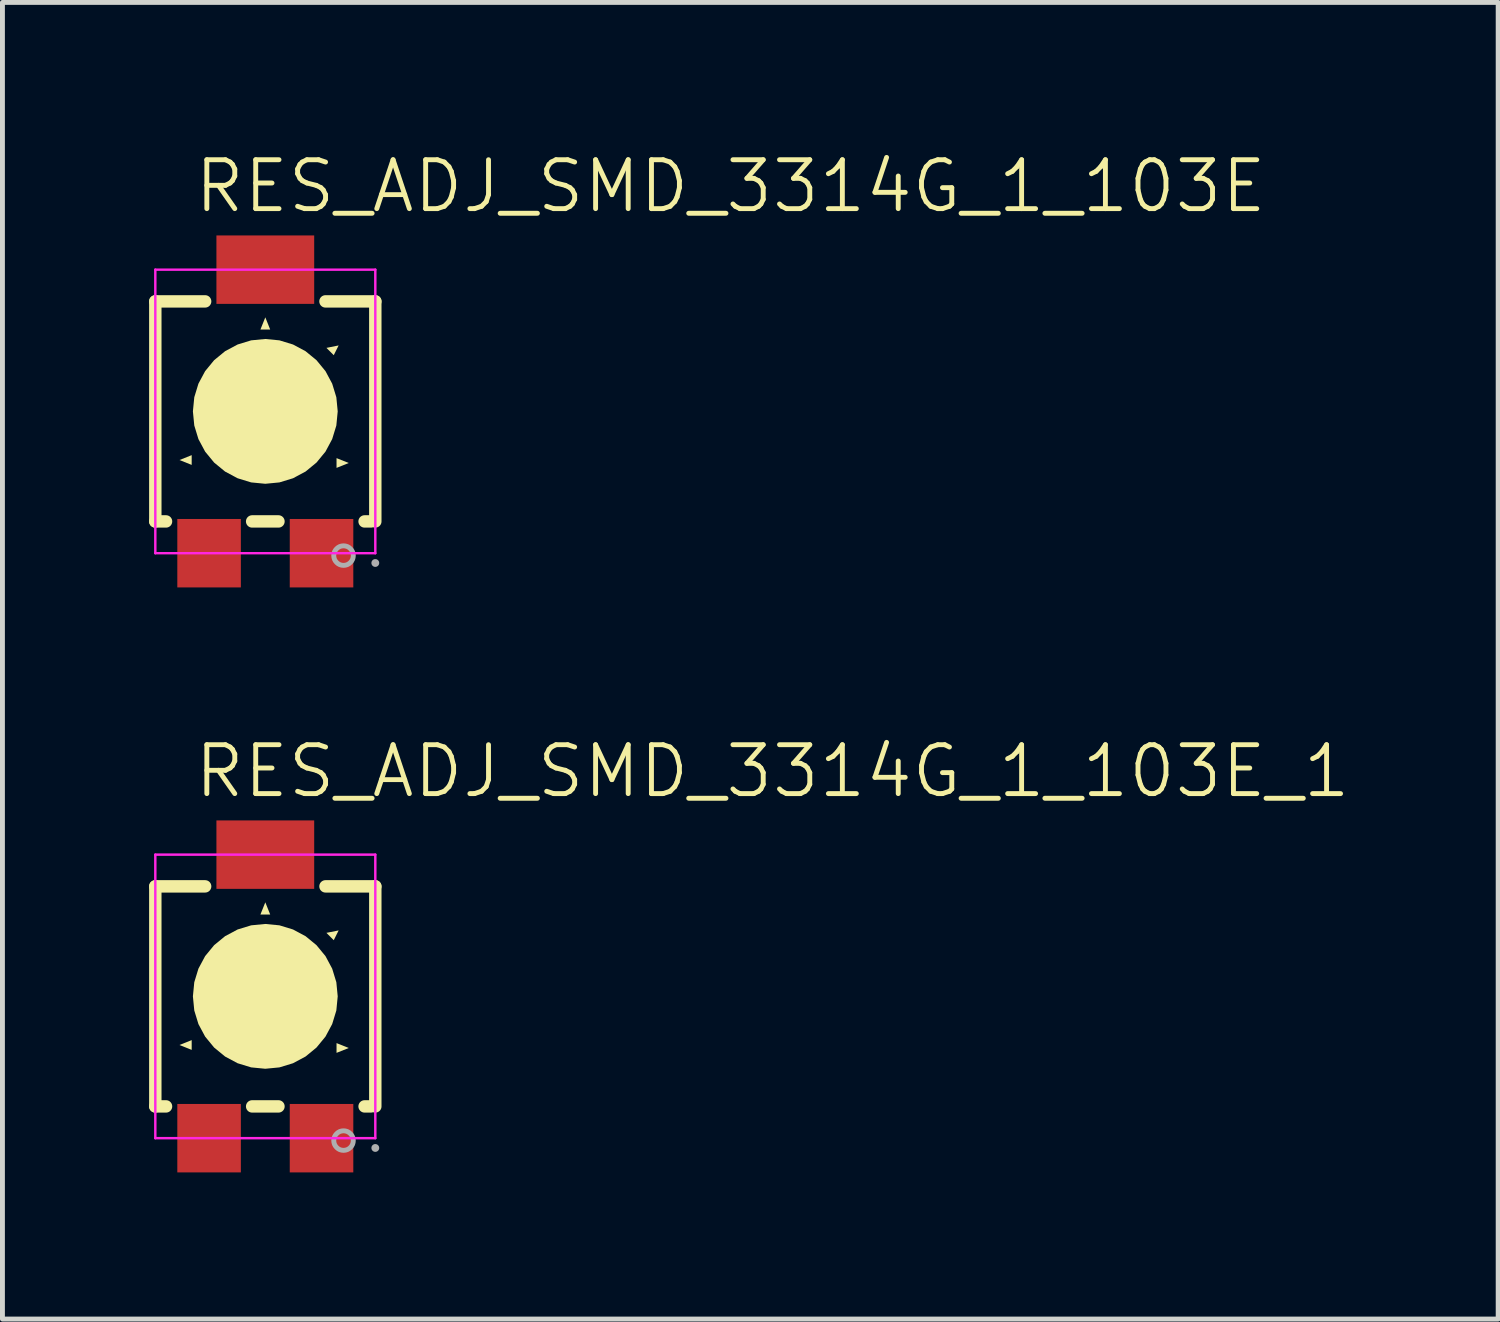
<source format=kicad_pcb>
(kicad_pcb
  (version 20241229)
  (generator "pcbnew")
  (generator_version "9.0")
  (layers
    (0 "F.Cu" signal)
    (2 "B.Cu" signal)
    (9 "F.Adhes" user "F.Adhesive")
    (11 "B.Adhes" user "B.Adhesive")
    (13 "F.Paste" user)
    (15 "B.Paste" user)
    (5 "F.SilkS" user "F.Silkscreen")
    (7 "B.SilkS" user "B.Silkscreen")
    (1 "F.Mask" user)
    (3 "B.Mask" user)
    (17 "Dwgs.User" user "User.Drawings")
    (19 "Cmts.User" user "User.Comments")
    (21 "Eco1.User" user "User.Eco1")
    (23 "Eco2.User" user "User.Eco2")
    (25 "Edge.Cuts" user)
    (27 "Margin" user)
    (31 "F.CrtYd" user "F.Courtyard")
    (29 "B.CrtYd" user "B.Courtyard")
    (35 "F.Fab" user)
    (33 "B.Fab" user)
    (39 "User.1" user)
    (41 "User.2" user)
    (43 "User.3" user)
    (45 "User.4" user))
  (footprint "RES_ADJ_SMD_3314G_1_103E"
    (layer "F.Cu")
    (at 2.377 5.366)
    (property "Reference" "RES_ADJ_SMD_3314G_1_103E" (at -1.5 -4.606 0) (layer "F.SilkS") (effects (font (size 1 1) (thickness 0.1)) (justify left)))
    (fp_line (start -2.25 -2.251) (end -2.25 2.25) (stroke (width 0.254) (type solid)) (layer "F.SilkS"))
    (fp_line (start -2.25 2.25) (end -2.031 2.25) (stroke (width 0.254) (type solid)) (layer "F.SilkS"))
    (fp_line (start -1.231 -2.251) (end -2.25 -2.251) (stroke (width 0.254) (type solid)) (layer "F.SilkS"))
    (fp_line (start -0.269 2.25) (end 0.269 2.25) (stroke (width 0.254) (type solid)) (layer "F.SilkS"))
    (fp_line (start -0.254 -1.016) (end -0.254 1.016) (stroke (width 0.254) (type solid)) (layer "F.SilkS"))
    (fp_line (start 0.254 -1.016) (end 0.254 1.016) (stroke (width 0.254) (type solid)) (layer "F.SilkS"))
    (fp_line (start 2.031 2.25) (end 2.159 2.25) (stroke (width 0.254) (type solid)) (layer "F.SilkS"))
    (fp_line (start 2.25 -2.251) (end 1.231 -2.251) (stroke (width 0.254) (type solid)) (layer "F.SilkS"))
    (fp_line (start 2.25 -2.251) (end 2.25 2.25) (stroke (width 0.254) (type solid)) (layer "F.SilkS"))
    (fp_poly (pts (xy -1.506 1.094) (xy -1.506 0.894) (xy -1.756 0.994)) (stroke (width 0) (type solid)) (fill yes) (layer "F.SilkS"))
    (fp_poly (pts (xy -0.1 -1.675) (xy 0.1 -1.675) (xy 0 -1.925)) (stroke (width 0) (type solid)) (fill yes) (layer "F.SilkS"))
    (fp_poly (pts (xy 1.25 -1.3) (xy 1.4 -1.15) (xy 1.5 -1.35)) (stroke (width 0) (type solid)) (fill yes) (layer "F.SilkS"))
    (fp_poly (pts (xy 1.457 0.955) (xy 1.457 1.155) (xy 1.707 1.055)) (stroke (width 0) (type solid)) (fill yes) (layer "F.SilkS"))
    (fp_poly (pts (xy -0.508 -0.509) (xy -0.51 -0.534) (xy -0.518 -0.558) (xy -0.529 -0.58) (xy -0.545 -0.599) (xy -0.564 -0.615) (xy -0.586 -0.626) (xy -0.61 -0.634) (xy -0.635 -0.636) (xy -0.66 -0.634) (xy -0.684 -0.626) (xy -0.706 -0.615) (xy -0.725 -0.599) (xy -0.741 -0.58) (xy -0.752 -0.558) (xy -0.76 -0.534) (xy -0.762 -0.509) (xy -0.76 -0.484) (xy -0.752 -0.46) (xy -0.741 -0.438) (xy -0.725 -0.419) (xy -0.706 -0.403) (xy -0.684 -0.392) (xy -0.66 -0.384) (xy -0.635 -0.382) (xy -0.61 -0.384) (xy -0.586 -0.392) (xy -0.564 -0.403) (xy -0.545 -0.419) (xy -0.529 -0.438) (xy -0.518 -0.46) (xy -0.51 -0.484)) (stroke (width 0) (type solid)) (fill yes) (layer "F.SilkS"))
    (fp_poly (pts (xy 0.762 -0.509) (xy 0.76 -0.534) (xy 0.752 -0.558) (xy 0.741 -0.58) (xy 0.725 -0.599) (xy 0.706 -0.615) (xy 0.684 -0.626) (xy 0.66 -0.634) (xy 0.635 -0.636) (xy 0.61 -0.634) (xy 0.586 -0.626) (xy 0.564 -0.615) (xy 0.545 -0.599) (xy 0.529 -0.58) (xy 0.518 -0.558) (xy 0.51 -0.534) (xy 0.508 -0.509) (xy 0.51 -0.484) (xy 0.518 -0.46) (xy 0.529 -0.438) (xy 0.545 -0.419) (xy 0.564 -0.403) (xy 0.586 -0.392) (xy 0.61 -0.384) (xy 0.635 -0.382) (xy 0.66 -0.384) (xy 0.684 -0.392) (xy 0.706 -0.403) (xy 0.725 -0.419) (xy 0.741 -0.438) (xy 0.752 -0.46) (xy 0.76 -0.484)) (stroke (width 0) (type solid)) (fill yes) (layer "F.SilkS"))
    (fp_poly (pts (xy 1.136 -0.001) (xy 1.114 -0.223) (xy 1.05 -0.436) (xy 0.945 -0.632) (xy 0.803 -0.804) (xy 0.631 -0.946) (xy 0.435 -1.051) (xy 0.222 -1.115) (xy 0 -1.137) (xy -0.222 -1.115) (xy -0.435 -1.051) (xy -0.631 -0.946) (xy -0.803 -0.804) (xy -0.945 -0.632) (xy -1.05 -0.436) (xy -1.114 -0.223) (xy -1.136 -0.001) (xy -1.114 0.221) (xy -1.05 0.434) (xy -0.945 0.63) (xy -0.803 0.802) (xy -0.631 0.944) (xy -0.435 1.049) (xy -0.222 1.113) (xy 0 1.135) (xy 0.222 1.113) (xy 0.435 1.049) (xy 0.631 0.944) (xy 0.803 0.802) (xy 0.945 0.63) (xy 1.05 0.434) (xy 1.114 0.221)) (stroke (width 0) (type solid)) (fill yes) (layer "F.SilkS"))
    (fp_poly (pts (xy 1.481 -0.001) (xy 1.453 -0.29) (xy 1.368 -0.568) (xy 1.231 -0.824) (xy 1.047 -1.048) (xy 0.823 -1.232) (xy 0.567 -1.369) (xy 0.289 -1.454) (xy 0 -1.482) (xy -0.289 -1.454) (xy -0.567 -1.369) (xy -0.823 -1.232) (xy -1.047 -1.048) (xy -1.231 -0.824) (xy -1.368 -0.568) (xy -1.453 -0.29) (xy -1.481 -0.001) (xy -1.453 0.288) (xy -1.368 0.566) (xy -1.231 0.822) (xy -1.047 1.046) (xy -0.823 1.23) (xy -0.567 1.367) (xy -0.289 1.452) (xy 0 1.48) (xy 0.289 1.452) (xy 0.567 1.367) (xy 0.823 1.23) (xy 1.047 1.046) (xy 1.231 0.822) (xy 1.368 0.566) (xy 1.453 0.288)) (stroke (width 0) (type solid)) (fill yes) (layer "F.SilkS"))
    (fp_line (start -2.25 -2.9) (end -2.25 2.9) (stroke (width 0.05) (type solid)) (layer "F.CrtYd"))
    (fp_line (start -2.25 2.9) (end 2.25 2.9) (stroke (width 0.05) (type solid)) (layer "F.CrtYd"))
    (fp_line (start 2.25 -2.9) (end -2.25 -2.9) (stroke (width 0.05) (type solid)) (layer "F.CrtYd"))
    (fp_line (start 2.25 2.9) (end 2.25 -2.9) (stroke (width 0.05) (type solid)) (layer "F.CrtYd"))
    (fp_poly (pts (xy 1.8 2.949) (xy 1.796 2.91) (xy 1.785 2.872) (xy 1.766 2.838) (xy 1.741 2.808) (xy 1.711 2.783) (xy 1.677 2.764) (xy 1.639 2.753) (xy 1.6 2.749) (xy 1.561 2.753) (xy 1.523 2.764) (xy 1.489 2.783) (xy 1.459 2.808) (xy 1.434 2.838) (xy 1.415 2.872) (xy 1.404 2.91) (xy 1.4 2.949) (xy 1.404 2.988) (xy 1.415 3.026) (xy 1.434 3.06) (xy 1.459 3.09) (xy 1.489 3.115) (xy 1.523 3.134) (xy 1.561 3.145) (xy 1.6 3.149) (xy 1.639 3.145) (xy 1.677 3.134) (xy 1.711 3.115) (xy 1.741 3.09) (xy 1.766 3.06) (xy 1.785 3.026) (xy 1.796 2.988)) (stroke (width 0.1) (type solid)) (fill no) (layer "F.Fab"))
    (fp_poly (pts (xy 2.28 3.1) (xy 2.279 3.094) (xy 2.278 3.089) (xy 2.275 3.083) (xy 2.271 3.079) (xy 2.267 3.075) (xy 2.261 3.072) (xy 2.256 3.071) (xy 2.25 3.07) (xy 2.244 3.071) (xy 2.239 3.072) (xy 2.233 3.075) (xy 2.229 3.079) (xy 2.225 3.083) (xy 2.222 3.089) (xy 2.221 3.094) (xy 2.22 3.1) (xy 2.221 3.106) (xy 2.222 3.111) (xy 2.225 3.117) (xy 2.229 3.121) (xy 2.233 3.125) (xy 2.239 3.128) (xy 2.244 3.129) (xy 2.25 3.13) (xy 2.256 3.129) (xy 2.261 3.128) (xy 2.267 3.125) (xy 2.271 3.121) (xy 2.275 3.117) (xy 2.278 3.111) (xy 2.279 3.106)) (stroke (width 0.1) (type solid)) (fill no) (layer "F.Fab"))
    (pad "1" smd rect (at 1.15 2.9) (size 1.3 1.4) (layers "F.Cu" "F.Mask" "F.Paste"))
    (pad "2" smd rect (at 0 -2.9) (size 2 1.4) (layers "F.Cu" "F.Mask" "F.Paste"))
    (pad "3" smd rect (at -1.15 2.9) (size 1.3 1.4) (layers "F.Cu" "F.Mask" "F.Paste")))
  (footprint "RES_ADJ_SMD_3314G_1_103E_1"
    (layer "F.Cu")
    (at 2.377 17.332)
    (property "Reference" "RES_ADJ_SMD_3314G_1_103E_1" (at -1.5 -4.606 0) (layer "F.SilkS") (effects (font (size 1 1) (thickness 0.1)) (justify left)))
    (fp_line (start -2.25 -2.251) (end -2.25 2.25) (stroke (width 0.254) (type solid)) (layer "F.SilkS"))
    (fp_line (start -2.25 2.25) (end -2.031 2.25) (stroke (width 0.254) (type solid)) (layer "F.SilkS"))
    (fp_line (start -1.231 -2.251) (end -2.25 -2.251) (stroke (width 0.254) (type solid)) (layer "F.SilkS"))
    (fp_line (start -0.269 2.25) (end 0.269 2.25) (stroke (width 0.254) (type solid)) (layer "F.SilkS"))
    (fp_line (start -0.254 -1.016) (end -0.254 1.016) (stroke (width 0.254) (type solid)) (layer "F.SilkS"))
    (fp_line (start 0.254 -1.016) (end 0.254 1.016) (stroke (width 0.254) (type solid)) (layer "F.SilkS"))
    (fp_line (start 2.031 2.25) (end 2.159 2.25) (stroke (width 0.254) (type solid)) (layer "F.SilkS"))
    (fp_line (start 2.25 -2.251) (end 1.231 -2.251) (stroke (width 0.254) (type solid)) (layer "F.SilkS"))
    (fp_line (start 2.25 -2.251) (end 2.25 2.25) (stroke (width 0.254) (type solid)) (layer "F.SilkS"))
    (fp_poly (pts (xy -1.506 1.094) (xy -1.506 0.894) (xy -1.756 0.994)) (stroke (width 0) (type solid)) (fill yes) (layer "F.SilkS"))
    (fp_poly (pts (xy -0.1 -1.675) (xy 0.1 -1.675) (xy 0 -1.925)) (stroke (width 0) (type solid)) (fill yes) (layer "F.SilkS"))
    (fp_poly (pts (xy 1.25 -1.3) (xy 1.4 -1.15) (xy 1.5 -1.35)) (stroke (width 0) (type solid)) (fill yes) (layer "F.SilkS"))
    (fp_poly (pts (xy 1.457 0.955) (xy 1.457 1.155) (xy 1.707 1.055)) (stroke (width 0) (type solid)) (fill yes) (layer "F.SilkS"))
    (fp_poly (pts (xy -0.508 -0.509) (xy -0.51 -0.534) (xy -0.518 -0.558) (xy -0.529 -0.58) (xy -0.545 -0.599) (xy -0.564 -0.615) (xy -0.586 -0.626) (xy -0.61 -0.634) (xy -0.635 -0.636) (xy -0.66 -0.634) (xy -0.684 -0.626) (xy -0.706 -0.615) (xy -0.725 -0.599) (xy -0.741 -0.58) (xy -0.752 -0.558) (xy -0.76 -0.534) (xy -0.762 -0.509) (xy -0.76 -0.484) (xy -0.752 -0.46) (xy -0.741 -0.438) (xy -0.725 -0.419) (xy -0.706 -0.403) (xy -0.684 -0.392) (xy -0.66 -0.384) (xy -0.635 -0.382) (xy -0.61 -0.384) (xy -0.586 -0.392) (xy -0.564 -0.403) (xy -0.545 -0.419) (xy -0.529 -0.438) (xy -0.518 -0.46) (xy -0.51 -0.484)) (stroke (width 0) (type solid)) (fill yes) (layer "F.SilkS"))
    (fp_poly (pts (xy 0.762 -0.509) (xy 0.76 -0.534) (xy 0.752 -0.558) (xy 0.741 -0.58) (xy 0.725 -0.599) (xy 0.706 -0.615) (xy 0.684 -0.626) (xy 0.66 -0.634) (xy 0.635 -0.636) (xy 0.61 -0.634) (xy 0.586 -0.626) (xy 0.564 -0.615) (xy 0.545 -0.599) (xy 0.529 -0.58) (xy 0.518 -0.558) (xy 0.51 -0.534) (xy 0.508 -0.509) (xy 0.51 -0.484) (xy 0.518 -0.46) (xy 0.529 -0.438) (xy 0.545 -0.419) (xy 0.564 -0.403) (xy 0.586 -0.392) (xy 0.61 -0.384) (xy 0.635 -0.382) (xy 0.66 -0.384) (xy 0.684 -0.392) (xy 0.706 -0.403) (xy 0.725 -0.419) (xy 0.741 -0.438) (xy 0.752 -0.46) (xy 0.76 -0.484)) (stroke (width 0) (type solid)) (fill yes) (layer "F.SilkS"))
    (fp_poly (pts (xy 1.136 -0.001) (xy 1.114 -0.223) (xy 1.05 -0.436) (xy 0.945 -0.632) (xy 0.803 -0.804) (xy 0.631 -0.946) (xy 0.435 -1.051) (xy 0.222 -1.115) (xy 0 -1.137) (xy -0.222 -1.115) (xy -0.435 -1.051) (xy -0.631 -0.946) (xy -0.803 -0.804) (xy -0.945 -0.632) (xy -1.05 -0.436) (xy -1.114 -0.223) (xy -1.136 -0.001) (xy -1.114 0.221) (xy -1.05 0.434) (xy -0.945 0.63) (xy -0.803 0.802) (xy -0.631 0.944) (xy -0.435 1.049) (xy -0.222 1.113) (xy 0 1.135) (xy 0.222 1.113) (xy 0.435 1.049) (xy 0.631 0.944) (xy 0.803 0.802) (xy 0.945 0.63) (xy 1.05 0.434) (xy 1.114 0.221)) (stroke (width 0) (type solid)) (fill yes) (layer "F.SilkS"))
    (fp_poly (pts (xy 1.481 -0.001) (xy 1.453 -0.29) (xy 1.368 -0.568) (xy 1.231 -0.824) (xy 1.047 -1.048) (xy 0.823 -1.232) (xy 0.567 -1.369) (xy 0.289 -1.454) (xy 0 -1.482) (xy -0.289 -1.454) (xy -0.567 -1.369) (xy -0.823 -1.232) (xy -1.047 -1.048) (xy -1.231 -0.824) (xy -1.368 -0.568) (xy -1.453 -0.29) (xy -1.481 -0.001) (xy -1.453 0.288) (xy -1.368 0.566) (xy -1.231 0.822) (xy -1.047 1.046) (xy -0.823 1.23) (xy -0.567 1.367) (xy -0.289 1.452) (xy 0 1.48) (xy 0.289 1.452) (xy 0.567 1.367) (xy 0.823 1.23) (xy 1.047 1.046) (xy 1.231 0.822) (xy 1.368 0.566) (xy 1.453 0.288)) (stroke (width 0) (type solid)) (fill yes) (layer "F.SilkS"))
    (fp_line (start -2.25 -2.9) (end -2.25 2.9) (stroke (width 0.05) (type solid)) (layer "F.CrtYd"))
    (fp_line (start -2.25 2.9) (end 2.25 2.9) (stroke (width 0.05) (type solid)) (layer "F.CrtYd"))
    (fp_line (start 2.25 -2.9) (end -2.25 -2.9) (stroke (width 0.05) (type solid)) (layer "F.CrtYd"))
    (fp_line (start 2.25 2.9) (end 2.25 -2.9) (stroke (width 0.05) (type solid)) (layer "F.CrtYd"))
    (fp_poly (pts (xy 1.8 2.949) (xy 1.796 2.91) (xy 1.785 2.872) (xy 1.766 2.838) (xy 1.741 2.808) (xy 1.711 2.783) (xy 1.677 2.764) (xy 1.639 2.753) (xy 1.6 2.749) (xy 1.561 2.753) (xy 1.523 2.764) (xy 1.489 2.783) (xy 1.459 2.808) (xy 1.434 2.838) (xy 1.415 2.872) (xy 1.404 2.91) (xy 1.4 2.949) (xy 1.404 2.988) (xy 1.415 3.026) (xy 1.434 3.06) (xy 1.459 3.09) (xy 1.489 3.115) (xy 1.523 3.134) (xy 1.561 3.145) (xy 1.6 3.149) (xy 1.639 3.145) (xy 1.677 3.134) (xy 1.711 3.115) (xy 1.741 3.09) (xy 1.766 3.06) (xy 1.785 3.026) (xy 1.796 2.988)) (stroke (width 0.1) (type solid)) (fill no) (layer "F.Fab"))
    (fp_poly (pts (xy 2.28 3.1) (xy 2.279 3.094) (xy 2.278 3.089) (xy 2.275 3.083) (xy 2.271 3.079) (xy 2.267 3.075) (xy 2.261 3.072) (xy 2.256 3.071) (xy 2.25 3.07) (xy 2.244 3.071) (xy 2.239 3.072) (xy 2.233 3.075) (xy 2.229 3.079) (xy 2.225 3.083) (xy 2.222 3.089) (xy 2.221 3.094) (xy 2.22 3.1) (xy 2.221 3.106) (xy 2.222 3.111) (xy 2.225 3.117) (xy 2.229 3.121) (xy 2.233 3.125) (xy 2.239 3.128) (xy 2.244 3.129) (xy 2.25 3.13) (xy 2.256 3.129) (xy 2.261 3.128) (xy 2.267 3.125) (xy 2.271 3.121) (xy 2.275 3.117) (xy 2.278 3.111) (xy 2.279 3.106)) (stroke (width 0.1) (type solid)) (fill no) (layer "F.Fab"))
    (pad "1" smd rect (at 1.15 2.9) (size 1.3 1.4) (layers "F.Cu" "F.Mask" "F.Paste"))
    (pad "2" smd rect (at 0 -2.9) (size 2 1.4) (layers "F.Cu" "F.Mask" "F.Paste"))
    (pad "3" smd rect (at -1.15 2.9) (size 1.3 1.4) (layers "F.Cu" "F.Mask" "F.Paste")))
  (gr_rect
    (start -3 -3)
    (end 27.596 23.932)
    (stroke (width 0.1) (type default))
    (fill no)
    (layer "Edge.Cuts")))
</source>
